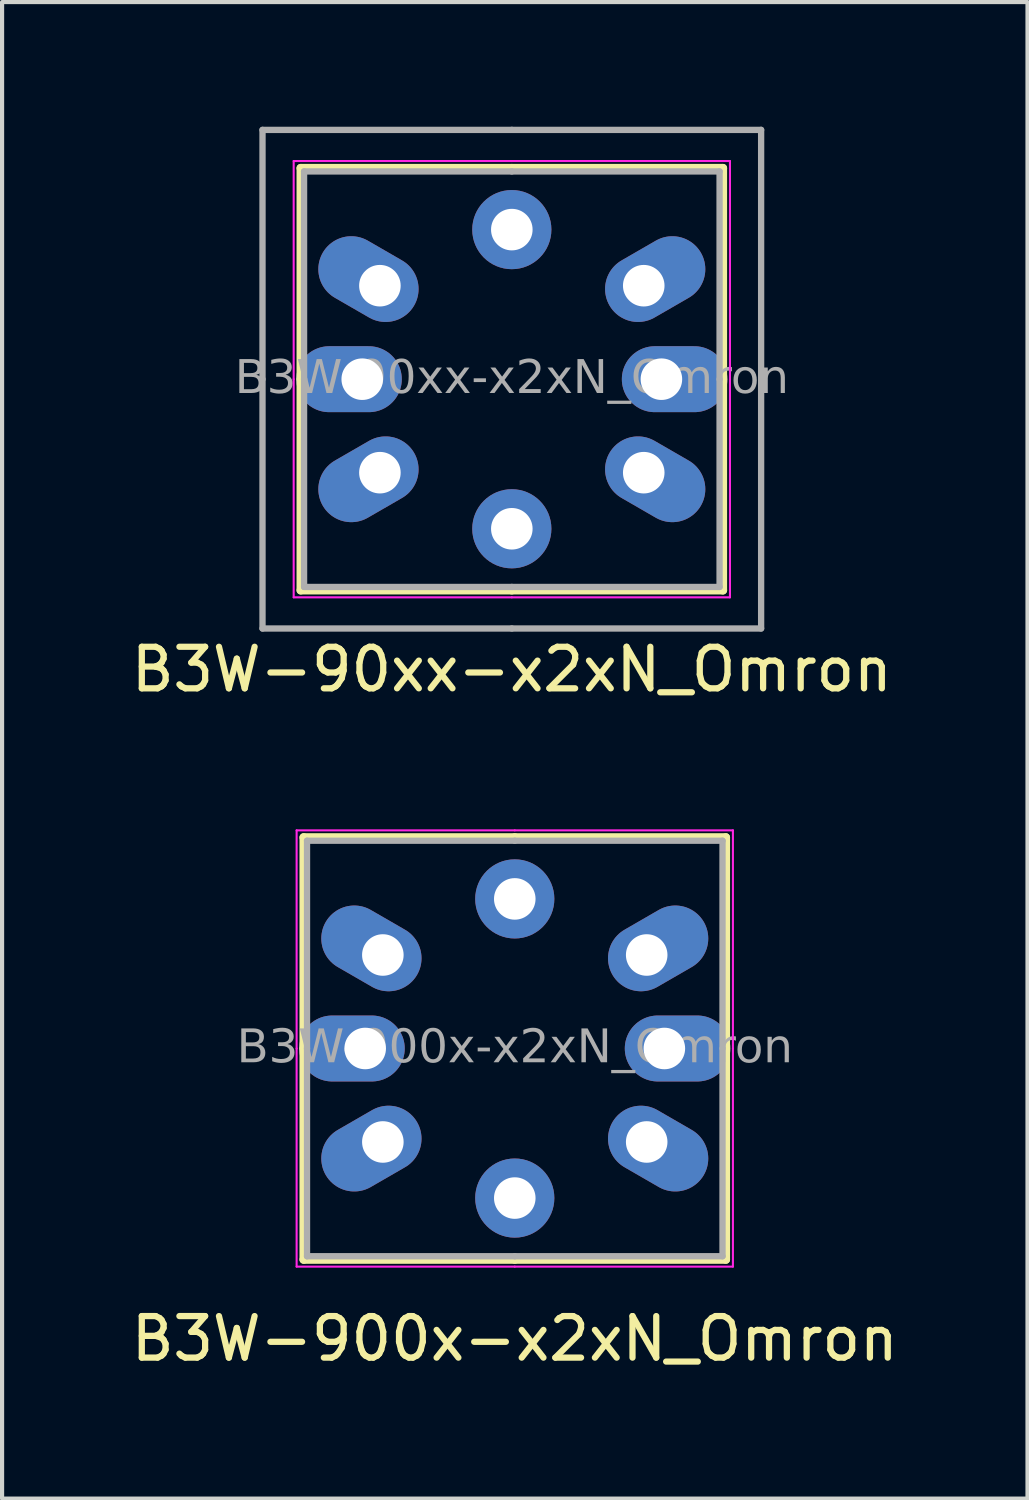
<source format=kicad_pcb>
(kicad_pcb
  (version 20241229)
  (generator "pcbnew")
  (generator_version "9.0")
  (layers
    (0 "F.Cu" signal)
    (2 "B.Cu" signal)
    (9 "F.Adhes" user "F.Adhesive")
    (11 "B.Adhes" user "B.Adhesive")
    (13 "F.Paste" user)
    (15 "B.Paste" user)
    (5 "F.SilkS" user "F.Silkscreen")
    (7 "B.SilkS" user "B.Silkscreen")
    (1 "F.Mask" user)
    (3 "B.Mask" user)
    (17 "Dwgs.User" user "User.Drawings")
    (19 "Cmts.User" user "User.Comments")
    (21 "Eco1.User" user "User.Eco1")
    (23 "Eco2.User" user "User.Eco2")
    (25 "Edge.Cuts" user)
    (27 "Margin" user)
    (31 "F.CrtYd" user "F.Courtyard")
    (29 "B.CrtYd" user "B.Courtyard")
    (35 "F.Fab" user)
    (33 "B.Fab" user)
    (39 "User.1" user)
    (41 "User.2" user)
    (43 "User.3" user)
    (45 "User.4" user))
  (footprint "B3W-90xx-x2xN_Omron"
    (layer "F.Cu")
    (at 9.268 6.076)
    (property "Reference" "B3W-90xx-x2xN_Omron" (at 0 6.985 0) (layer "F.SilkS") (effects (font (size 1 1) (thickness 0.15))))
    (attr through_hole)
    (fp_line (start -5.08 -5.08) (end -5.08 0) (stroke (width 0.203) (type default)) (layer "F.SilkS"))
    (fp_line (start -5.08 -5.08) (end 0 -5.08) (stroke (width 0.203) (type default)) (layer "F.SilkS"))
    (fp_line (start -5.08 5.08) (end -5.08 0) (stroke (width 0.203) (type default)) (layer "F.SilkS"))
    (fp_line (start -5.08 5.08) (end 0 5.08) (stroke (width 0.203) (type default)) (layer "F.SilkS"))
    (fp_line (start 5.08 -5.08) (end 0 -5.08) (stroke (width 0.203) (type default)) (layer "F.SilkS"))
    (fp_line (start 5.08 -5.08) (end 5.08 0) (stroke (width 0.203) (type default)) (layer "F.SilkS"))
    (fp_line (start 5.08 5.08) (end 0 5.08) (stroke (width 0.203) (type default)) (layer "F.SilkS"))
    (fp_line (start 5.08 5.08) (end 5.08 0) (stroke (width 0.203) (type default)) (layer "F.SilkS"))
    (fp_line (start -5.25 0) (end -5.25 -5.25) (stroke (width 0.05) (type solid)) (layer "F.CrtYd"))
    (fp_line (start -5.25 0) (end -5.25 5.25) (stroke (width 0.05) (type solid)) (layer "F.CrtYd"))
    (fp_line (start 0 -5.25) (end -5.25 -5.25) (stroke (width 0.05) (type solid)) (layer "F.CrtYd"))
    (fp_line (start 0 -5.25) (end 5.25 -5.25) (stroke (width 0.05) (type solid)) (layer "F.CrtYd"))
    (fp_line (start 0 5.25) (end -5.25 5.25) (stroke (width 0.05) (type solid)) (layer "F.CrtYd"))
    (fp_line (start 0 5.25) (end 5.25 5.25) (stroke (width 0.05) (type solid)) (layer "F.CrtYd"))
    (fp_line (start 5.25 0) (end 5.25 -5.25) (stroke (width 0.05) (type solid)) (layer "F.CrtYd"))
    (fp_line (start 5.25 0) (end 5.25 5.25) (stroke (width 0.05) (type solid)) (layer "F.CrtYd"))
    (fp_line (start -6 -6) (end -6 0) (stroke (width 0.152) (type default)) (layer "F.Fab"))
    (fp_line (start -6 -6) (end 0 -6) (stroke (width 0.152) (type default)) (layer "F.Fab"))
    (fp_line (start -6 6) (end -6 0) (stroke (width 0.152) (type default)) (layer "F.Fab"))
    (fp_line (start -6 6) (end 0 6) (stroke (width 0.152) (type default)) (layer "F.Fab"))
    (fp_line (start -5 -5) (end -5 0) (stroke (width 0.152) (type default)) (layer "F.Fab"))
    (fp_line (start -5 -5) (end 0 -5) (stroke (width 0.152) (type default)) (layer "F.Fab"))
    (fp_line (start -5 5) (end -5 0) (stroke (width 0.152) (type default)) (layer "F.Fab"))
    (fp_line (start -5 5) (end 0 5) (stroke (width 0.152) (type default)) (layer "F.Fab"))
    (fp_line (start 5 -5) (end 0 -5) (stroke (width 0.152) (type default)) (layer "F.Fab"))
    (fp_line (start 5 -5) (end 5 0) (stroke (width 0.152) (type default)) (layer "F.Fab"))
    (fp_line (start 5 5) (end 0 5) (stroke (width 0.152) (type default)) (layer "F.Fab"))
    (fp_line (start 5 5) (end 5 0) (stroke (width 0.152) (type default)) (layer "F.Fab"))
    (fp_line (start 6 -6) (end 0 -6) (stroke (width 0.152) (type default)) (layer "F.Fab"))
    (fp_line (start 6 -6) (end 6 0) (stroke (width 0.152) (type default)) (layer "F.Fab"))
    (fp_line (start 6 6) (end 0 6) (stroke (width 0.152) (type default)) (layer "F.Fab"))
    (fp_line (start 6 6) (end 6 0) (stroke (width 0.152) (type default)) (layer "F.Fab"))
    (fp_text user "${REFERENCE}" (at 0 0 0) (layer "F.Fab") (effects (font (face "Tahoma") (size 0.8 0.8) (thickness 0.15))))
    (pad "1" thru_hole oval (at 3.175 2.25 330) (size 2.54 1.587) (drill oval 1 (offset 0.318 0)) (layers "*.Cu" "*.Mask"))
    (pad "2" thru_hole oval (at -3.175 2.25 30) (size 2.54 1.587) (drill oval 1 (offset -0.318 0)) (layers "*.Cu" "*.Mask"))
    (pad "3" thru_hole oval (at 3.175 -2.25 30) (size 2.54 1.587) (drill oval 1 (offset 0.318 0)) (layers "*.Cu" "*.Mask"))
    (pad "4" thru_hole oval (at -3.175 -2.25 330) (size 2.54 1.587) (drill oval 1 (offset -0.318 0)) (layers "*.Cu" "*.Mask"))
    (pad "A1" thru_hole circle (at 0 -3.6) (size 1.905 1.905) (drill 1) (layers "*.Cu" "*.Mask"))
    (pad "A2" thru_hole circle (at 0 3.6) (size 1.905 1.905) (drill 1) (layers "*.Cu" "*.Mask"))
    (pad "C1" thru_hole oval (at 3.6 0) (size 2.54 1.587) (drill oval 1 (offset 0.318 0)) (layers "*.Cu" "*.Mask"))
    (pad "C2" thru_hole oval (at -3.6 0) (size 2.54 1.587) (drill oval 1 (offset -0.318 0)) (layers "*.Cu" "*.Mask")))
  (footprint "B3W-900x-x2xN_Omron"
    (layer "F.Cu")
    (at 9.339 22.184)
    (property "Reference" "B3W-900x-x2xN_Omron" (at 0 6.985 0) (layer "F.SilkS") (effects (font (size 1 1) (thickness 0.15))))
    (attr through_hole)
    (fp_line (start -5.08 -5.08) (end -5.08 0) (stroke (width 0.203) (type default)) (layer "F.SilkS"))
    (fp_line (start -5.08 -5.08) (end 0 -5.08) (stroke (width 0.203) (type default)) (layer "F.SilkS"))
    (fp_line (start -5.08 5.08) (end -5.08 0) (stroke (width 0.203) (type default)) (layer "F.SilkS"))
    (fp_line (start -5.08 5.08) (end 0 5.08) (stroke (width 0.203) (type default)) (layer "F.SilkS"))
    (fp_line (start 5.08 -5.08) (end 0 -5.08) (stroke (width 0.203) (type default)) (layer "F.SilkS"))
    (fp_line (start 5.08 -5.08) (end 5.08 0) (stroke (width 0.203) (type default)) (layer "F.SilkS"))
    (fp_line (start 5.08 5.08) (end 0 5.08) (stroke (width 0.203) (type default)) (layer "F.SilkS"))
    (fp_line (start 5.08 5.08) (end 5.08 0) (stroke (width 0.203) (type default)) (layer "F.SilkS"))
    (fp_line (start -5.25 0) (end -5.25 -5.25) (stroke (width 0.05) (type solid)) (layer "F.CrtYd"))
    (fp_line (start -5.25 0) (end -5.25 5.25) (stroke (width 0.05) (type solid)) (layer "F.CrtYd"))
    (fp_line (start 0 -5.25) (end -5.25 -5.25) (stroke (width 0.05) (type solid)) (layer "F.CrtYd"))
    (fp_line (start 0 -5.25) (end 5.25 -5.25) (stroke (width 0.05) (type solid)) (layer "F.CrtYd"))
    (fp_line (start 0 5.25) (end -5.25 5.25) (stroke (width 0.05) (type solid)) (layer "F.CrtYd"))
    (fp_line (start 0 5.25) (end 5.25 5.25) (stroke (width 0.05) (type solid)) (layer "F.CrtYd"))
    (fp_line (start 5.25 0) (end 5.25 -5.25) (stroke (width 0.05) (type solid)) (layer "F.CrtYd"))
    (fp_line (start 5.25 0) (end 5.25 5.25) (stroke (width 0.05) (type solid)) (layer "F.CrtYd"))
    (fp_line (start -5 -5) (end -5 0) (stroke (width 0.152) (type default)) (layer "F.Fab"))
    (fp_line (start -5 -5) (end 0 -5) (stroke (width 0.152) (type default)) (layer "F.Fab"))
    (fp_line (start -5 5) (end -5 0) (stroke (width 0.152) (type default)) (layer "F.Fab"))
    (fp_line (start -5 5) (end 0 5) (stroke (width 0.152) (type default)) (layer "F.Fab"))
    (fp_line (start 5 -5) (end 0 -5) (stroke (width 0.152) (type default)) (layer "F.Fab"))
    (fp_line (start 5 -5) (end 5 0) (stroke (width 0.152) (type default)) (layer "F.Fab"))
    (fp_line (start 5 5) (end 0 5) (stroke (width 0.152) (type default)) (layer "F.Fab"))
    (fp_line (start 5 5) (end 5 0) (stroke (width 0.152) (type default)) (layer "F.Fab"))
    (fp_text user "${REFERENCE}" (at 0 0 0) (layer "F.Fab") (effects (font (face "Tahoma") (size 0.8 0.8) (thickness 0.15))))
    (pad "1" thru_hole oval (at 3.175 2.25 330) (size 2.54 1.587) (drill oval 1 (offset 0.318 0)) (layers "*.Cu" "*.Mask"))
    (pad "2" thru_hole oval (at -3.175 2.25 30) (size 2.54 1.587) (drill oval 1 (offset -0.318 0)) (layers "*.Cu" "*.Mask"))
    (pad "3" thru_hole oval (at 3.175 -2.25 30) (size 2.54 1.587) (drill oval 1 (offset 0.318 0)) (layers "*.Cu" "*.Mask"))
    (pad "4" thru_hole oval (at -3.175 -2.25 330) (size 2.54 1.587) (drill oval 1 (offset -0.318 0)) (layers "*.Cu" "*.Mask"))
    (pad "A1" thru_hole circle (at 0 -3.6) (size 1.905 1.905) (drill 1) (layers "*.Cu" "*.Mask"))
    (pad "A2" thru_hole circle (at 0 3.6) (size 1.905 1.905) (drill 1) (layers "*.Cu" "*.Mask"))
    (pad "C1" thru_hole oval (at 3.6 0) (size 2.54 1.587) (drill oval 1 (offset 0.318 0)) (layers "*.Cu" "*.Mask"))
    (pad "C2" thru_hole oval (at -3.6 0) (size 2.54 1.587) (drill oval 1 (offset -0.318 0)) (layers "*.Cu" "*.Mask")))
  (gr_rect
    (start -3 -3)
    (end 21.679 33.018)
    (stroke (width 0.1) (type default))
    (fill no)
    (layer "Edge.Cuts")))
</source>
